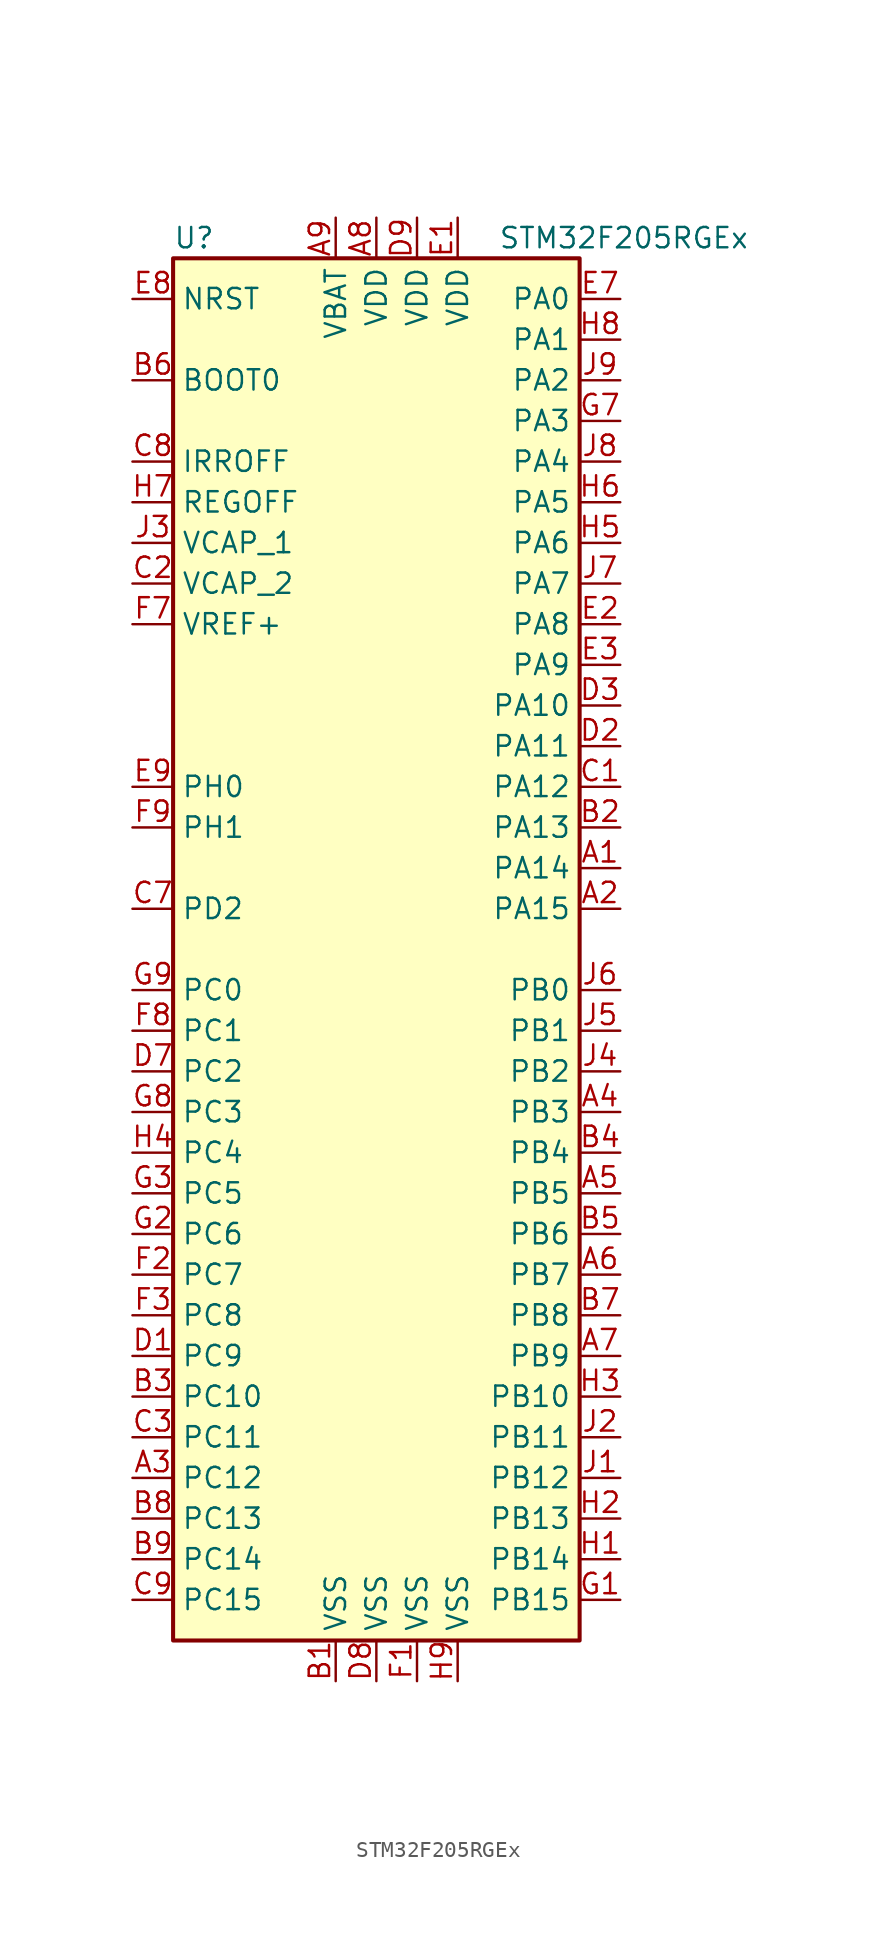
<source format=kicad_sym>
(kicad_symbol_lib
  (version 20211014)
  (generator kicad_symbol_editor)
  (symbol "STM32F205RGEx"
    (property "Reference" "U"
      (at -12.7 44.45 0)
      (effects (font (size 1.27 1.27)) (justify left)))
    (property "Value" "STM32F205RGEx"
      (at 7.62 44.45 0)
      (effects (font (size 1.27 1.27)) (justify left)))
    (symbol "STM32F205RGEx_0_1"
      (rectangle (start -12.7 -43.18) (end 12.7 43.18) (stroke (width 0.254) (type default) (color 0 0 0 0)) (fill (type background))))
    (symbol "STM32F205RGEx_1_1"
      (pin bidirectional line (at 15.24 5.08 180) (length 2.54) (name "PA14" (effects (font (size 1.27 1.27)))) (number "A1" (effects (font (size 1.27 1.27)))))
      (pin bidirectional line (at 15.24 2.54 180) (length 2.54) (name "PA15" (effects (font (size 1.27 1.27)))) (number "A2" (effects (font (size 1.27 1.27)))))
      (pin bidirectional line (at -15.24 -33.02 0) (length 2.54) (name "PC12" (effects (font (size 1.27 1.27)))) (number "A3" (effects (font (size 1.27 1.27)))))
      (pin bidirectional line (at 15.24 -10.16 180) (length 2.54) (name "PB3" (effects (font (size 1.27 1.27)))) (number "A4" (effects (font (size 1.27 1.27)))))
      (pin bidirectional line (at 15.24 -15.24 180) (length 2.54) (name "PB5" (effects (font (size 1.27 1.27)))) (number "A5" (effects (font (size 1.27 1.27)))))
      (pin bidirectional line (at 15.24 -20.32 180) (length 2.54) (name "PB7" (effects (font (size 1.27 1.27)))) (number "A6" (effects (font (size 1.27 1.27)))))
      (pin bidirectional line (at 15.24 -25.4 180) (length 2.54) (name "PB9" (effects (font (size 1.27 1.27)))) (number "A7" (effects (font (size 1.27 1.27)))))
      (pin power_in line (at 0 45.72 270) (length 2.54) (name "VDD" (effects (font (size 1.27 1.27)))) (number "A8" (effects (font (size 1.27 1.27)))))
      (pin power_in line (at -2.54 45.72 270) (length 2.54) (name "VBAT" (effects (font (size 1.27 1.27)))) (number "A9" (effects (font (size 1.27 1.27)))))
      (pin power_in line (at -2.54 -45.72 90) (length 2.54) (name "VSS" (effects (font (size 1.27 1.27)))) (number "B1" (effects (font (size 1.27 1.27)))))
      (pin bidirectional line (at 15.24 7.62 180) (length 2.54) (name "PA13" (effects (font (size 1.27 1.27)))) (number "B2" (effects (font (size 1.27 1.27)))))
      (pin bidirectional line (at -15.24 -27.94 0) (length 2.54) (name "PC10" (effects (font (size 1.27 1.27)))) (number "B3" (effects (font (size 1.27 1.27)))))
      (pin bidirectional line (at 15.24 -12.7 180) (length 2.54) (name "PB4" (effects (font (size 1.27 1.27)))) (number "B4" (effects (font (size 1.27 1.27)))))
      (pin bidirectional line (at 15.24 -17.78 180) (length 2.54) (name "PB6" (effects (font (size 1.27 1.27)))) (number "B5" (effects (font (size 1.27 1.27)))))
      (pin input line (at -15.24 35.56 0) (length 2.54) (name "BOOT0" (effects (font (size 1.27 1.27)))) (number "B6" (effects (font (size 1.27 1.27)))))
      (pin bidirectional line (at 15.24 -22.86 180) (length 2.54) (name "PB8" (effects (font (size 1.27 1.27)))) (number "B7" (effects (font (size 1.27 1.27)))))
      (pin bidirectional line (at -15.24 -35.56 0) (length 2.54) (name "PC13" (effects (font (size 1.27 1.27)))) (number "B8" (effects (font (size 1.27 1.27)))))
      (pin bidirectional line (at -15.24 -38.1 0) (length 2.54) (name "PC14" (effects (font (size 1.27 1.27)))) (number "B9" (effects (font (size 1.27 1.27)))))
      (pin bidirectional line (at 15.24 10.16 180) (length 2.54) (name "PA12" (effects (font (size 1.27 1.27)))) (number "C1" (effects (font (size 1.27 1.27)))))
      (pin power_in line (at -15.24 22.86 0) (length 2.54) (name "VCAP_2" (effects (font (size 1.27 1.27)))) (number "C2" (effects (font (size 1.27 1.27)))))
      (pin bidirectional line (at -15.24 -30.48 0) (length 2.54) (name "PC11" (effects (font (size 1.27 1.27)))) (number "C3" (effects (font (size 1.27 1.27)))))
      (pin bidirectional line (at -15.24 2.54 0) (length 2.54) (name "PD2" (effects (font (size 1.27 1.27)))) (number "C7" (effects (font (size 1.27 1.27)))))
      (pin power_in line (at -15.24 30.48 0) (length 2.54) (name "IRROFF" (effects (font (size 1.27 1.27)))) (number "C8" (effects (font (size 1.27 1.27)))))
      (pin bidirectional line (at -15.24 -40.64 0) (length 2.54) (name "PC15" (effects (font (size 1.27 1.27)))) (number "C9" (effects (font (size 1.27 1.27)))))
      (pin bidirectional line (at -15.24 -25.4 0) (length 2.54) (name "PC9" (effects (font (size 1.27 1.27)))) (number "D1" (effects (font (size 1.27 1.27)))))
      (pin bidirectional line (at 15.24 12.7 180) (length 2.54) (name "PA11" (effects (font (size 1.27 1.27)))) (number "D2" (effects (font (size 1.27 1.27)))))
      (pin bidirectional line (at 15.24 15.24 180) (length 2.54) (name "PA10" (effects (font (size 1.27 1.27)))) (number "D3" (effects (font (size 1.27 1.27)))))
      (pin bidirectional line (at -15.24 -7.62 0) (length 2.54) (name "PC2" (effects (font (size 1.27 1.27)))) (number "D7" (effects (font (size 1.27 1.27)))))
      (pin power_in line (at 0 -45.72 90) (length 2.54) (name "VSS" (effects (font (size 1.27 1.27)))) (number "D8" (effects (font (size 1.27 1.27)))))
      (pin power_in line (at 2.54 45.72 270) (length 2.54) (name "VDD" (effects (font (size 1.27 1.27)))) (number "D9" (effects (font (size 1.27 1.27)))))
      (pin power_in line (at 5.08 45.72 270) (length 2.54) (name "VDD" (effects (font (size 1.27 1.27)))) (number "E1" (effects (font (size 1.27 1.27)))))
      (pin bidirectional line (at 15.24 20.32 180) (length 2.54) (name "PA8" (effects (font (size 1.27 1.27)))) (number "E2" (effects (font (size 1.27 1.27)))))
      (pin bidirectional line (at 15.24 17.78 180) (length 2.54) (name "PA9" (effects (font (size 1.27 1.27)))) (number "E3" (effects (font (size 1.27 1.27)))))
      (pin bidirectional line (at 15.24 40.64 180) (length 2.54) (name "PA0" (effects (font (size 1.27 1.27)))) (number "E7" (effects (font (size 1.27 1.27)))))
      (pin input line (at -15.24 40.64 0) (length 2.54) (name "NRST" (effects (font (size 1.27 1.27)))) (number "E8" (effects (font (size 1.27 1.27)))))
      (pin input line (at -15.24 10.16 0) (length 2.54) (name "PH0" (effects (font (size 1.27 1.27)))) (number "E9" (effects (font (size 1.27 1.27)))))
      (pin power_in line (at 2.54 -45.72 90) (length 2.54) (name "VSS" (effects (font (size 1.27 1.27)))) (number "F1" (effects (font (size 1.27 1.27)))))
      (pin bidirectional line (at -15.24 -20.32 0) (length 2.54) (name "PC7" (effects (font (size 1.27 1.27)))) (number "F2" (effects (font (size 1.27 1.27)))))
      (pin bidirectional line (at -15.24 -22.86 0) (length 2.54) (name "PC8" (effects (font (size 1.27 1.27)))) (number "F3" (effects (font (size 1.27 1.27)))))
      (pin power_in line (at -15.24 20.32 0) (length 2.54) (name "VREF+" (effects (font (size 1.27 1.27)))) (number "F7" (effects (font (size 1.27 1.27)))))
      (pin bidirectional line (at -15.24 -5.08 0) (length 2.54) (name "PC1" (effects (font (size 1.27 1.27)))) (number "F8" (effects (font (size 1.27 1.27)))))
      (pin input line (at -15.24 7.62 0) (length 2.54) (name "PH1" (effects (font (size 1.27 1.27)))) (number "F9" (effects (font (size 1.27 1.27)))))
      (pin bidirectional line (at 15.24 -40.64 180) (length 2.54) (name "PB15" (effects (font (size 1.27 1.27)))) (number "G1" (effects (font (size 1.27 1.27)))))
      (pin bidirectional line (at -15.24 -17.78 0) (length 2.54) (name "PC6" (effects (font (size 1.27 1.27)))) (number "G2" (effects (font (size 1.27 1.27)))))
      (pin bidirectional line (at -15.24 -15.24 0) (length 2.54) (name "PC5" (effects (font (size 1.27 1.27)))) (number "G3" (effects (font (size 1.27 1.27)))))
      (pin bidirectional line (at 15.24 33.02 180) (length 2.54) (name "PA3" (effects (font (size 1.27 1.27)))) (number "G7" (effects (font (size 1.27 1.27)))))
      (pin bidirectional line (at -15.24 -10.16 0) (length 2.54) (name "PC3" (effects (font (size 1.27 1.27)))) (number "G8" (effects (font (size 1.27 1.27)))))
      (pin bidirectional line (at -15.24 -2.54 0) (length 2.54) (name "PC0" (effects (font (size 1.27 1.27)))) (number "G9" (effects (font (size 1.27 1.27)))))
      (pin bidirectional line (at 15.24 -38.1 180) (length 2.54) (name "PB14" (effects (font (size 1.27 1.27)))) (number "H1" (effects (font (size 1.27 1.27)))))
      (pin bidirectional line (at 15.24 -35.56 180) (length 2.54) (name "PB13" (effects (font (size 1.27 1.27)))) (number "H2" (effects (font (size 1.27 1.27)))))
      (pin bidirectional line (at 15.24 -27.94 180) (length 2.54) (name "PB10" (effects (font (size 1.27 1.27)))) (number "H3" (effects (font (size 1.27 1.27)))))
      (pin bidirectional line (at -15.24 -12.7 0) (length 2.54) (name "PC4" (effects (font (size 1.27 1.27)))) (number "H4" (effects (font (size 1.27 1.27)))))
      (pin bidirectional line (at 15.24 25.4 180) (length 2.54) (name "PA6" (effects (font (size 1.27 1.27)))) (number "H5" (effects (font (size 1.27 1.27)))))
      (pin bidirectional line (at 15.24 27.94 180) (length 2.54) (name "PA5" (effects (font (size 1.27 1.27)))) (number "H6" (effects (font (size 1.27 1.27)))))
      (pin power_in line (at -15.24 27.94 0) (length 2.54) (name "REGOFF" (effects (font (size 1.27 1.27)))) (number "H7" (effects (font (size 1.27 1.27)))))
      (pin bidirectional line (at 15.24 38.1 180) (length 2.54) (name "PA1" (effects (font (size 1.27 1.27)))) (number "H8" (effects (font (size 1.27 1.27)))))
      (pin power_in line (at 5.08 -45.72 90) (length 2.54) (name "VSS" (effects (font (size 1.27 1.27)))) (number "H9" (effects (font (size 1.27 1.27)))))
      (pin bidirectional line (at 15.24 -33.02 180) (length 2.54) (name "PB12" (effects (font (size 1.27 1.27)))) (number "J1" (effects (font (size 1.27 1.27)))))
      (pin bidirectional line (at 15.24 -30.48 180) (length 2.54) (name "PB11" (effects (font (size 1.27 1.27)))) (number "J2" (effects (font (size 1.27 1.27)))))
      (pin power_in line (at -15.24 25.4 0) (length 2.54) (name "VCAP_1" (effects (font (size 1.27 1.27)))) (number "J3" (effects (font (size 1.27 1.27)))))
      (pin bidirectional line (at 15.24 -7.62 180) (length 2.54) (name "PB2" (effects (font (size 1.27 1.27)))) (number "J4" (effects (font (size 1.27 1.27)))))
      (pin bidirectional line (at 15.24 -5.08 180) (length 2.54) (name "PB1" (effects (font (size 1.27 1.27)))) (number "J5" (effects (font (size 1.27 1.27)))))
      (pin bidirectional line (at 15.24 -2.54 180) (length 2.54) (name "PB0" (effects (font (size 1.27 1.27)))) (number "J6" (effects (font (size 1.27 1.27)))))
      (pin bidirectional line (at 15.24 22.86 180) (length 2.54) (name "PA7" (effects (font (size 1.27 1.27)))) (number "J7" (effects (font (size 1.27 1.27)))))
      (pin bidirectional line (at 15.24 30.48 180) (length 2.54) (name "PA4" (effects (font (size 1.27 1.27)))) (number "J8" (effects (font (size 1.27 1.27)))))
      (pin bidirectional line (at 15.24 35.56 180) (length 2.54) (name "PA2" (effects (font (size 1.27 1.27)))) (number "J9" (effects (font (size 1.27 1.27))))))))
</source>
